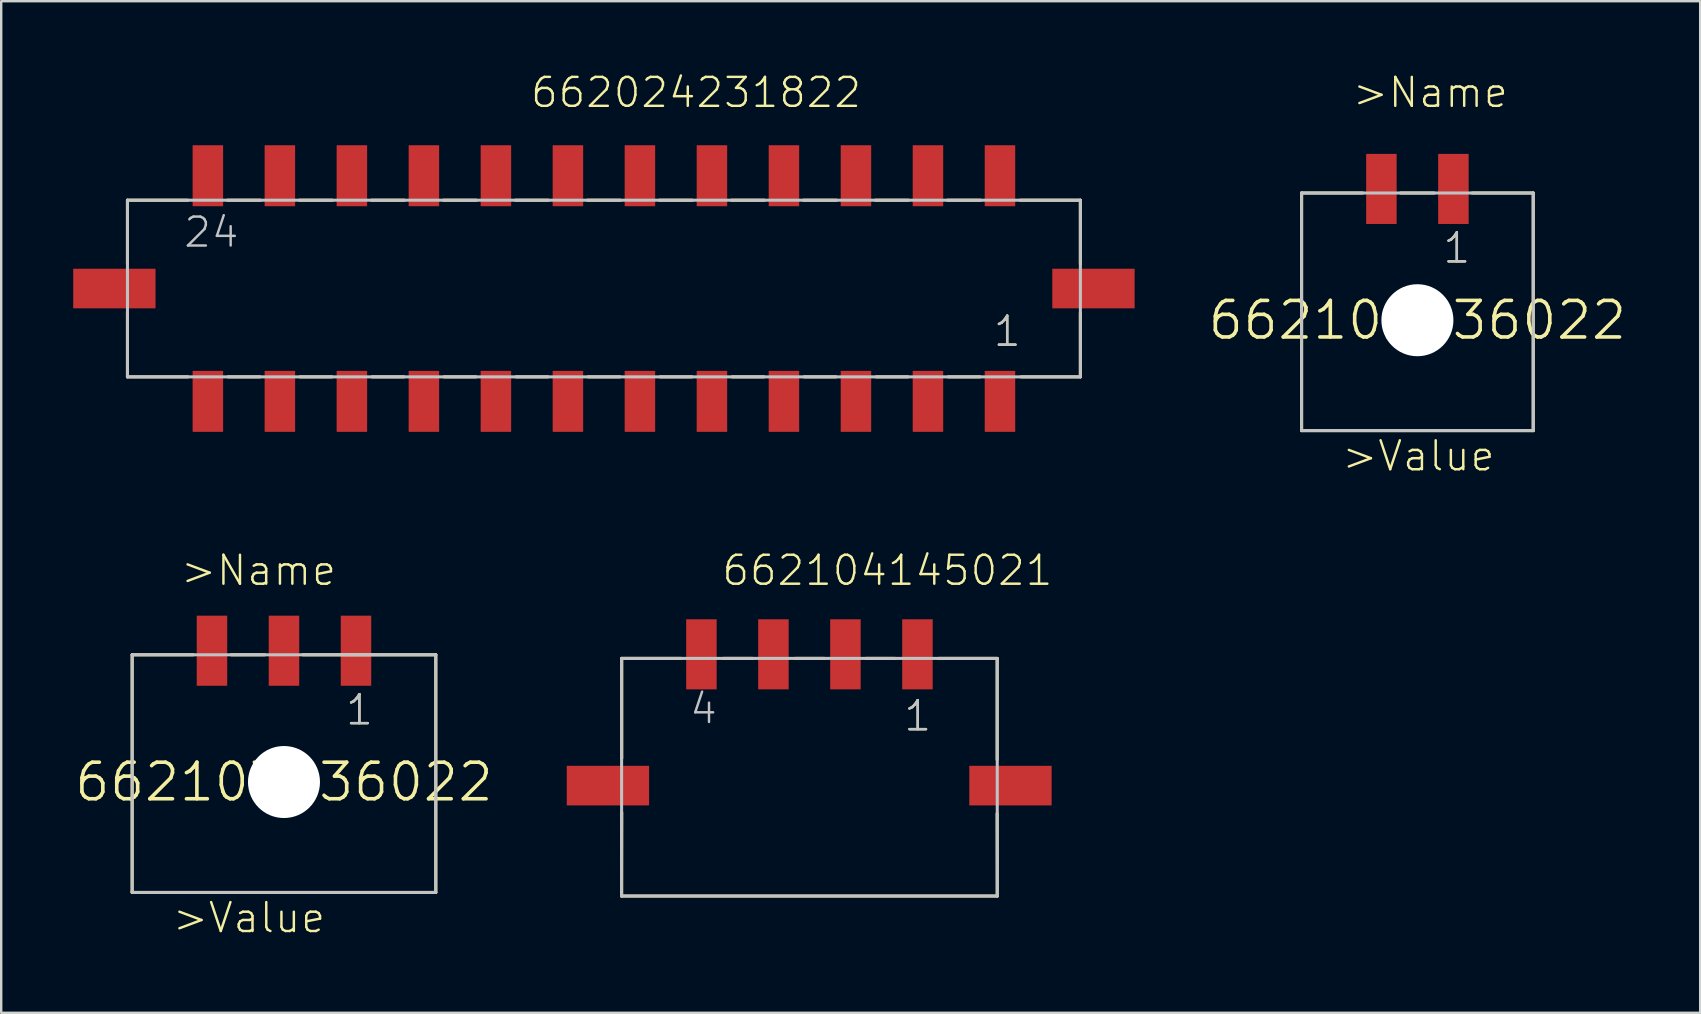
<source format=kicad_pcb>
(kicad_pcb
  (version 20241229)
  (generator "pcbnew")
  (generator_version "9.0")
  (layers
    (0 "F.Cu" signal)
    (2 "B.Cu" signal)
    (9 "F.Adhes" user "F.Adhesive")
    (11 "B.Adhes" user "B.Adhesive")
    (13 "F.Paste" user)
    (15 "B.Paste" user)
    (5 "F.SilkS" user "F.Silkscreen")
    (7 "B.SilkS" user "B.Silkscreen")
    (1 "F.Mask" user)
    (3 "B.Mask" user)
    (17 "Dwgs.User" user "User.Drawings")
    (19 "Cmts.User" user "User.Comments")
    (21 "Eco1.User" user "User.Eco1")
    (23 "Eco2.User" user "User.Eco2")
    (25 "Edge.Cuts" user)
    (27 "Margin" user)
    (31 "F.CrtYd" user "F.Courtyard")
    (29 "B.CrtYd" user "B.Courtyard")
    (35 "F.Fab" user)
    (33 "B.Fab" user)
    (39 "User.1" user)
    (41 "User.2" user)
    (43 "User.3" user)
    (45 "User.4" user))
  (footprint "662104145021"
    (layer "F.Cu")
    (at 30.672 29.68)
    (property "Reference" "662104145021" (at -3.71 -8.26 0) (layer "F.SilkS") (effects (font (size 1.206 1.206) (thickness 0.102)) (justify left bottom)))
    (attr through_hole)
    (fp_line (start -7.825 4.6) (end 7.825 4.6) (stroke (width 0.127) (type solid)) (layer "F.SilkS"))
    (fp_line (start -7.82 -5.3) (end -7.82 -1.13) (stroke (width 0.127) (type solid)) (layer "F.SilkS"))
    (fp_line (start -7.82 1.11) (end -7.825 4.6) (stroke (width 0.127) (type solid)) (layer "F.SilkS"))
    (fp_line (start -5.33 -5.3) (end -7.82 -5.3) (stroke (width 0.127) (type solid)) (layer "F.SilkS"))
    (fp_line (start -3.59 -5.3) (end -2.36 -5.3) (stroke (width 0.127) (type solid)) (layer "F.SilkS"))
    (fp_line (start -0.6 -5.3) (end 0.63 -5.3) (stroke (width 0.127) (type solid)) (layer "F.SilkS"))
    (fp_line (start 2.35 -5.3) (end 3.58 -5.3) (stroke (width 0.127) (type solid)) (layer "F.SilkS"))
    (fp_line (start 5.38 -5.3) (end 7.82 -5.3) (stroke (width 0.127) (type solid)) (layer "F.SilkS"))
    (fp_line (start 7.82 -5.3) (end 7.82 -1.08) (stroke (width 0.127) (type solid)) (layer "F.SilkS"))
    (fp_line (start 7.825 4.6) (end 7.82 1.16) (stroke (width 0.127) (type solid)) (layer "F.SilkS"))
    (fp_line (start -7.825 -5.3) (end 7.825 -5.3) (stroke (width 0.127) (type solid)) (layer "Dwgs.User"))
    (fp_line (start -7.825 4.6) (end -7.825 -5.3) (stroke (width 0.127) (type solid)) (layer "Dwgs.User"))
    (fp_line (start 7.825 -5.3) (end 7.825 4.6) (stroke (width 0.127) (type solid)) (layer "Dwgs.User"))
    (fp_line (start 7.825 4.6) (end -7.825 4.6) (stroke (width 0.127) (type solid)) (layer "Dwgs.User"))
    (fp_text user "1" (at 3.87 -2.2 0) (layer "F.SilkS") (effects (font (size 1.206 1.206) (thickness 0.102)) (justify left bottom)))
    (fp_text user "1" (at 3.87 -2.2 0) (layer "Dwgs.User") (effects (font (size 1.206 1.206) (thickness 0.102)) (justify left bottom)))
    (fp_text user "4" (at -5.055 -2.5 0) (layer "Dwgs.User") (effects (font (size 1.206 1.206) (thickness 0.102)) (justify left bottom)))
    (pad "1" smd rect (at 4.5 -5.47 90) (size 2.92 1.27) (layers "F.Cu" "F.Mask" "F.Paste"))
    (pad "2" smd rect (at 1.5 -5.47 90) (size 2.92 1.27) (layers "F.Cu" "F.Mask" "F.Paste"))
    (pad "3" smd rect (at -1.5 -5.47 90) (size 2.92 1.27) (layers "F.Cu" "F.Mask" "F.Paste"))
    (pad "4" smd rect (at -4.5 -5.47 90) (size 2.92 1.27) (layers "F.Cu" "F.Mask" "F.Paste"))
    (pad "M1" smd rect (at 8.375 0) (size 3.43 1.65) (layers "F.Cu" "F.Mask" "F.Paste"))
    (pad "M2" smd rect (at -8.395 0) (size 3.43 1.65) (layers "F.Cu" "F.Mask" "F.Paste")))
  (footprint "662024231822"
    (layer "F.Cu")
    (at 22.11 8.971)
    (property "Reference" "662024231822" (at -3.12 -7.46 0) (layer "F.SilkS") (effects (font (size 1.206 1.206) (thickness 0.102)) (justify left bottom)))
    (attr through_hole)
    (fp_line (start -19.85 -3.68) (end -19.85 -1.02) (stroke (width 0.127) (type solid)) (layer "F.SilkS"))
    (fp_line (start -19.85 1.01) (end -19.85 3.68) (stroke (width 0.127) (type solid)) (layer "F.SilkS"))
    (fp_line (start -17.33 -3.68) (end -19.85 -3.68) (stroke (width 0.127) (type solid)) (layer "F.SilkS"))
    (fp_line (start -17.33 3.68) (end -19.85 3.68) (stroke (width 0.127) (type solid)) (layer "F.SilkS"))
    (fp_line (start -15.69 -3.68) (end -14.31 -3.68) (stroke (width 0.127) (type solid)) (layer "F.SilkS"))
    (fp_line (start -15.66 3.68) (end -14.33 3.68) (stroke (width 0.127) (type solid)) (layer "F.SilkS"))
    (fp_line (start -12.69 -3.68) (end -11.31 -3.68) (stroke (width 0.127) (type solid)) (layer "F.SilkS"))
    (fp_line (start -12.66 3.68) (end -11.33 3.68) (stroke (width 0.127) (type solid)) (layer "F.SilkS"))
    (fp_line (start -9.69 -3.68) (end -8.31 -3.68) (stroke (width 0.127) (type solid)) (layer "F.SilkS"))
    (fp_line (start -9.66 3.68) (end -8.33 3.68) (stroke (width 0.127) (type solid)) (layer "F.SilkS"))
    (fp_line (start -6.69 -3.68) (end -5.31 -3.68) (stroke (width 0.127) (type solid)) (layer "F.SilkS"))
    (fp_line (start -6.66 3.68) (end -5.33 3.68) (stroke (width 0.127) (type solid)) (layer "F.SilkS"))
    (fp_line (start -3.69 -3.68) (end -2.31 -3.68) (stroke (width 0.127) (type solid)) (layer "F.SilkS"))
    (fp_line (start -3.66 3.68) (end -2.33 3.68) (stroke (width 0.127) (type solid)) (layer "F.SilkS"))
    (fp_line (start -0.69 -3.68) (end 0.69 -3.68) (stroke (width 0.127) (type solid)) (layer "F.SilkS"))
    (fp_line (start -0.66 3.68) (end 0.67 3.68) (stroke (width 0.127) (type solid)) (layer "F.SilkS"))
    (fp_line (start 2.31 -3.68) (end 3.69 -3.68) (stroke (width 0.127) (type solid)) (layer "F.SilkS"))
    (fp_line (start 2.34 3.68) (end 3.67 3.68) (stroke (width 0.127) (type solid)) (layer "F.SilkS"))
    (fp_line (start 5.31 -3.68) (end 6.69 -3.68) (stroke (width 0.127) (type solid)) (layer "F.SilkS"))
    (fp_line (start 5.34 3.68) (end 6.67 3.68) (stroke (width 0.127) (type solid)) (layer "F.SilkS"))
    (fp_line (start 8.31 -3.68) (end 9.69 -3.68) (stroke (width 0.127) (type solid)) (layer "F.SilkS"))
    (fp_line (start 8.34 3.68) (end 9.67 3.68) (stroke (width 0.127) (type solid)) (layer "F.SilkS"))
    (fp_line (start 11.31 -3.68) (end 12.69 -3.68) (stroke (width 0.127) (type solid)) (layer "F.SilkS"))
    (fp_line (start 11.34 3.68) (end 12.67 3.68) (stroke (width 0.127) (type solid)) (layer "F.SilkS"))
    (fp_line (start 14.31 -3.68) (end 15.69 -3.68) (stroke (width 0.127) (type solid)) (layer "F.SilkS"))
    (fp_line (start 14.34 3.68) (end 15.67 3.68) (stroke (width 0.127) (type solid)) (layer "F.SilkS"))
    (fp_line (start 17.34 -3.68) (end 19.85 -3.68) (stroke (width 0.127) (type solid)) (layer "F.SilkS"))
    (fp_line (start 19.85 -3.68) (end 19.85 -1.02) (stroke (width 0.127) (type solid)) (layer "F.SilkS"))
    (fp_line (start 19.85 1.01) (end 19.85 3.68) (stroke (width 0.127) (type solid)) (layer "F.SilkS"))
    (fp_line (start 19.85 3.68) (end 17.38 3.68) (stroke (width 0.127) (type solid)) (layer "F.SilkS"))
    (fp_line (start -19.85 -3.68) (end 19.85 -3.68) (stroke (width 0.127) (type solid)) (layer "Dwgs.User"))
    (fp_line (start -19.85 3.68) (end -19.85 -3.68) (stroke (width 0.127) (type solid)) (layer "Dwgs.User"))
    (fp_line (start 19.85 -3.68) (end 19.85 3.68) (stroke (width 0.127) (type solid)) (layer "Dwgs.User"))
    (fp_line (start 19.85 3.68) (end -19.85 3.68) (stroke (width 0.127) (type solid)) (layer "Dwgs.User"))
    (fp_text user "1" (at 16.16 2.49 0) (layer "F.SilkS") (effects (font (size 1.206 1.206) (thickness 0.102)) (justify left bottom)))
    (fp_text user "24" (at -17.57 -1.64 0) (layer "Dwgs.User") (effects (font (size 1.206 1.206) (thickness 0.102)) (justify left bottom)))
    (fp_text user "1" (at 16.16 2.49 0) (layer "Dwgs.User") (effects (font (size 1.206 1.206) (thickness 0.102)) (justify left bottom)))
    (pad "1" smd rect (at 16.5 4.7 90) (size 2.54 1.27) (layers "F.Cu" "F.Mask" "F.Paste"))
    (pad "2" smd rect (at 13.5 4.7 90) (size 2.54 1.27) (layers "F.Cu" "F.Mask" "F.Paste"))
    (pad "3" smd rect (at 10.5 4.7 90) (size 2.54 1.27) (layers "F.Cu" "F.Mask" "F.Paste"))
    (pad "4" smd rect (at 7.5 4.7 90) (size 2.54 1.27) (layers "F.Cu" "F.Mask" "F.Paste"))
    (pad "5" smd rect (at 4.5 4.7 90) (size 2.54 1.27) (layers "F.Cu" "F.Mask" "F.Paste"))
    (pad "6" smd rect (at 1.5 4.7 90) (size 2.54 1.27) (layers "F.Cu" "F.Mask" "F.Paste"))
    (pad "7" smd rect (at -1.5 4.7 90) (size 2.54 1.27) (layers "F.Cu" "F.Mask" "F.Paste"))
    (pad "8" smd rect (at -4.5 4.7 90) (size 2.54 1.27) (layers "F.Cu" "F.Mask" "F.Paste"))
    (pad "9" smd rect (at -7.5 4.7 90) (size 2.54 1.27) (layers "F.Cu" "F.Mask" "F.Paste"))
    (pad "10" smd rect (at -10.5 4.7 90) (size 2.54 1.27) (layers "F.Cu" "F.Mask" "F.Paste"))
    (pad "11" smd rect (at -13.5 4.7 90) (size 2.54 1.27) (layers "F.Cu" "F.Mask" "F.Paste"))
    (pad "12" smd rect (at -16.5 4.7 90) (size 2.54 1.27) (layers "F.Cu" "F.Mask" "F.Paste"))
    (pad "13" smd rect (at 16.5 -4.7 90) (size 2.54 1.27) (layers "F.Cu" "F.Mask" "F.Paste"))
    (pad "14" smd rect (at 13.5 -4.7 90) (size 2.54 1.27) (layers "F.Cu" "F.Mask" "F.Paste"))
    (pad "15" smd rect (at 10.5 -4.7 90) (size 2.54 1.27) (layers "F.Cu" "F.Mask" "F.Paste"))
    (pad "16" smd rect (at 7.5 -4.7 90) (size 2.54 1.27) (layers "F.Cu" "F.Mask" "F.Paste"))
    (pad "17" smd rect (at 4.5 -4.7 90) (size 2.54 1.27) (layers "F.Cu" "F.Mask" "F.Paste"))
    (pad "18" smd rect (at 1.5 -4.7 90) (size 2.54 1.27) (layers "F.Cu" "F.Mask" "F.Paste"))
    (pad "19" smd rect (at -1.5 -4.7 90) (size 2.54 1.27) (layers "F.Cu" "F.Mask" "F.Paste"))
    (pad "20" smd rect (at -4.5 -4.7 90) (size 2.54 1.27) (layers "F.Cu" "F.Mask" "F.Paste"))
    (pad "21" smd rect (at -7.5 -4.7 90) (size 2.54 1.27) (layers "F.Cu" "F.Mask" "F.Paste"))
    (pad "22" smd rect (at -10.5 -4.7 90) (size 2.54 1.27) (layers "F.Cu" "F.Mask" "F.Paste"))
    (pad "23" smd rect (at -13.5 -4.7 90) (size 2.54 1.27) (layers "F.Cu" "F.Mask" "F.Paste"))
    (pad "24" smd rect (at -16.5 -4.7 90) (size 2.54 1.27) (layers "F.Cu" "F.Mask" "F.Paste"))
    (pad "M1" smd rect (at 20.395 0 180) (size 3.43 1.65) (layers "F.Cu" "F.Mask" "F.Paste"))
    (pad "M2" smd rect (at -20.395 0 180) (size 3.43 1.65) (layers "F.Cu" "F.Mask" "F.Paste")))
  (footprint "662102136022"
    (layer "F.Cu")
    (at 56.001 10.291)
    (property "Reference" "662102136022" (at 0 0 0) (layer "F.SilkS") (effects (font (size 1.524 1.524) (thickness 0.15))))
    (attr through_hole)
    (fp_line (start -4.83 4.56) (end -4.825 4.56) (stroke (width 0.127) (type solid)) (layer "F.SilkS"))
    (fp_line (start -4.825 -5.3) (end -4.825 4.6) (stroke (width 0.127) (type solid)) (layer "F.SilkS"))
    (fp_line (start -4.825 4.6) (end 4.825 4.6) (stroke (width 0.127) (type solid)) (layer "F.SilkS"))
    (fp_line (start -2.28 -5.3) (end -4.825 -5.3) (stroke (width 0.127) (type solid)) (layer "F.SilkS"))
    (fp_line (start -0.7 -5.3) (end 0.7 -5.3) (stroke (width 0.127) (type solid)) (layer "F.SilkS"))
    (fp_line (start 4.825 -5.3) (end 2.28 -5.3) (stroke (width 0.127) (type solid)) (layer "F.SilkS"))
    (fp_line (start 4.825 4.6) (end 4.825 -5.3) (stroke (width 0.127) (type solid)) (layer "F.SilkS"))
    (fp_line (start -4.825 -5.3) (end 4.825 -5.3) (stroke (width 0.127) (type solid)) (layer "Dwgs.User"))
    (fp_line (start -4.825 4.56) (end -4.825 -5.3) (stroke (width 0.127) (type solid)) (layer "Dwgs.User"))
    (fp_line (start -4.825 4.6) (end 4.825 4.6) (stroke (width 0.127) (type solid)) (layer "Dwgs.User"))
    (fp_line (start 4.825 -5.3) (end 4.825 4.6) (stroke (width 0.127) (type solid)) (layer "Dwgs.User"))
    (fp_text user ">Name" (at -2.77 -8.78 0) (layer "F.SilkS") (effects (font (size 1.206 1.206) (thickness 0.102)) (justify left bottom)))
    (fp_text user ">Value" (at -3.21 6.36 0) (layer "F.SilkS") (effects (font (size 1.206 1.206) (thickness 0.102)) (justify left bottom)))
    (fp_text user "1" (at 1 -2.3 0) (layer "F.SilkS") (effects (font (size 1.206 1.206) (thickness 0.102)) (justify left bottom)))
    (fp_text user "1" (at 1 -2.3 0) (layer "Dwgs.User") (effects (font (size 1.206 1.206) (thickness 0.102)) (justify left bottom)))
    (pad "" np_thru_hole circle (at 0 0) (size 3 3) (drill 3) (layers "*.Cu"))
    (pad "1" smd rect (at 1.5 -5.47 90) (size 2.92 1.27) (layers "F.Cu" "F.Mask" "F.Paste"))
    (pad "2" smd rect (at -1.5 -5.47 90) (size 2.92 1.27) (layers "F.Cu" "F.Mask" "F.Paste")))
  (footprint "662103136022"
    (layer "F.Cu")
    (at 8.781 29.53)
    (property "Reference" "662103136022" (at 0 0 0) (layer "F.SilkS") (effects (font (size 1.524 1.524) (thickness 0.15))))
    (attr through_hole)
    (fp_line (start -6.33 4.56) (end -6.325 4.56) (stroke (width 0.127) (type solid)) (layer "F.SilkS"))
    (fp_line (start -6.325 -5.3) (end -6.325 4.6) (stroke (width 0.127) (type solid)) (layer "F.SilkS"))
    (fp_line (start -6.325 4.6) (end 6.325 4.6) (stroke (width 0.127) (type solid)) (layer "F.SilkS"))
    (fp_line (start -3.78 -5.3) (end -6.325 -5.3) (stroke (width 0.127) (type solid)) (layer "F.SilkS"))
    (fp_line (start -2.2 -5.3) (end -0.8 -5.3) (stroke (width 0.127) (type solid)) (layer "F.SilkS"))
    (fp_line (start 6.325 -5.3) (end 0.78 -5.3) (stroke (width 0.127) (type solid)) (layer "F.SilkS"))
    (fp_line (start 6.325 4.6) (end 6.325 -5.3) (stroke (width 0.127) (type solid)) (layer "F.SilkS"))
    (fp_line (start -6.325 -5.3) (end 6.325 -5.3) (stroke (width 0.127) (type solid)) (layer "Dwgs.User"))
    (fp_line (start -6.325 4.56) (end -6.325 -5.3) (stroke (width 0.127) (type solid)) (layer "Dwgs.User"))
    (fp_line (start -6.325 4.6) (end 6.325 4.6) (stroke (width 0.127) (type solid)) (layer "Dwgs.User"))
    (fp_line (start 6.325 -5.3) (end 6.325 4.6) (stroke (width 0.127) (type solid)) (layer "Dwgs.User"))
    (fp_text user ">Value" (at -4.71 6.36 0) (layer "F.SilkS") (effects (font (size 1.206 1.206) (thickness 0.102)) (justify left bottom)))
    (fp_text user ">Name" (at -4.37 -8.11 0) (layer "F.SilkS") (effects (font (size 1.206 1.206) (thickness 0.102)) (justify left bottom)))
    (fp_text user "1" (at 2.5 -2.3 0) (layer "F.SilkS") (effects (font (size 1.206 1.206) (thickness 0.102)) (justify left bottom)))
    (fp_text user "1" (at 2.5 -2.3 0) (layer "Dwgs.User") (effects (font (size 1.206 1.206) (thickness 0.102)) (justify left bottom)))
    (pad "" np_thru_hole circle (at 0 0) (size 3 3) (drill 3) (layers "*.Cu"))
    (pad "1" smd rect (at 3 -5.47 90) (size 2.92 1.27) (layers "F.Cu" "F.Mask" "F.Paste"))
    (pad "2" smd rect (at 0 -5.47 90) (size 2.92 1.27) (layers "F.Cu" "F.Mask" "F.Paste"))
    (pad "3" smd rect (at -3 -5.47 90) (size 2.92 1.27) (layers "F.Cu" "F.Mask" "F.Paste")))
  (gr_rect
    (start -3 -3)
    (end 67.782 39.146)
    (stroke (width 0.1) (type default))
    (fill no)
    (layer "Edge.Cuts")))
</source>
